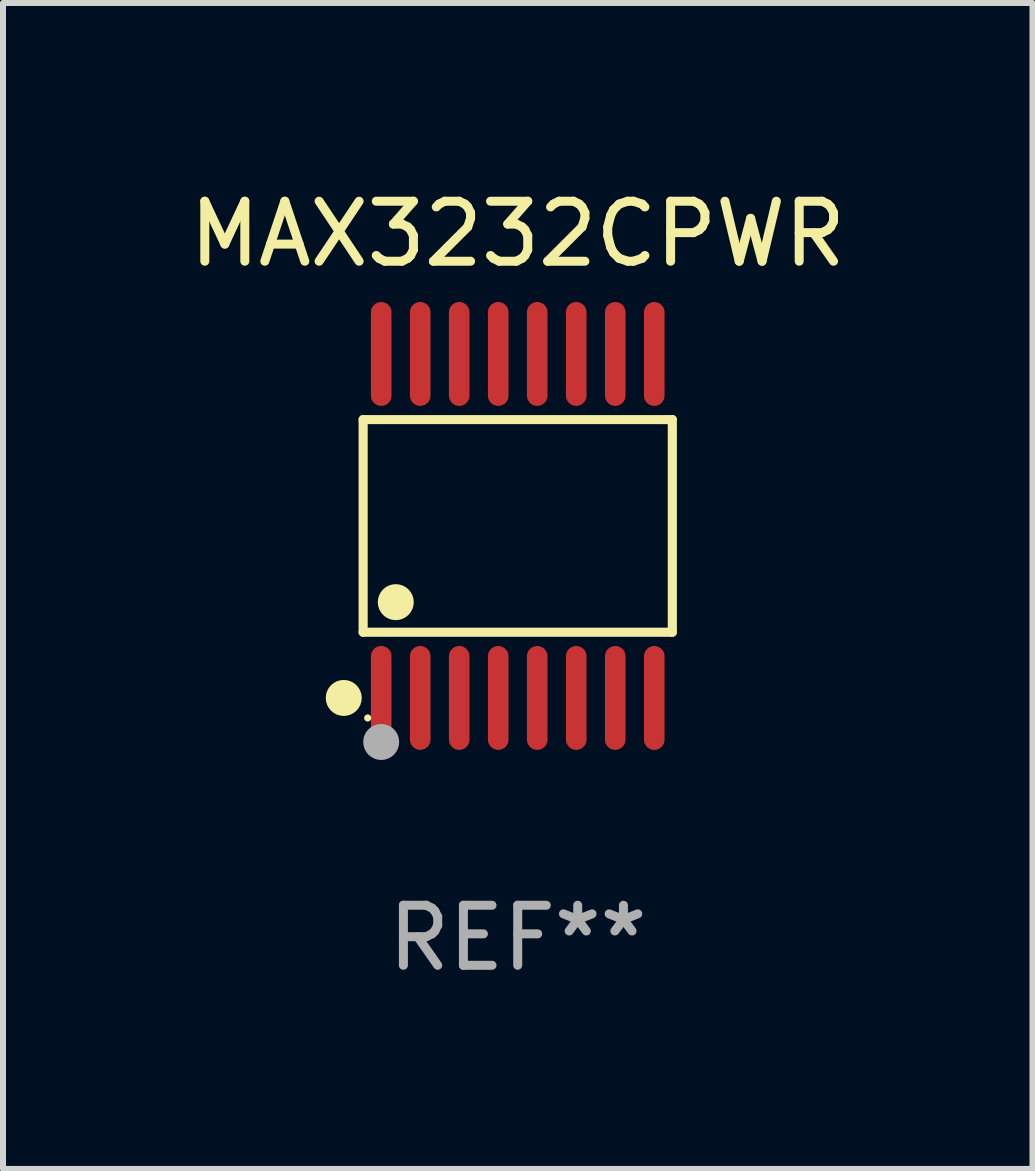
<source format=kicad_pcb>
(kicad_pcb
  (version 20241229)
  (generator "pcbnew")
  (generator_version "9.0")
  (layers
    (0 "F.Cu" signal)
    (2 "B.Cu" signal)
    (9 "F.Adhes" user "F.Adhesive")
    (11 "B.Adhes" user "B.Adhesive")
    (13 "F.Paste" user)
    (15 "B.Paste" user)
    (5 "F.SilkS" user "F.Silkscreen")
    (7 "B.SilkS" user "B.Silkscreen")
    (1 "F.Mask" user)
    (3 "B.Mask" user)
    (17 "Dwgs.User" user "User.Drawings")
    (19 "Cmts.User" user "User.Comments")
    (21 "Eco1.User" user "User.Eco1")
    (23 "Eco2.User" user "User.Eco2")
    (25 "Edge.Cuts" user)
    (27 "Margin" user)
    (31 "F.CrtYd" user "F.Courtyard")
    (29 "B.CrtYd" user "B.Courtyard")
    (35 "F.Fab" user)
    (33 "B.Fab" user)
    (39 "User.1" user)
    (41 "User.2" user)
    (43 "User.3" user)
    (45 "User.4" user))
  (footprint "MAX3232CPWR"
    (layer "F.Cu")
    (at 5.577 5.714)
    (property "Reference" "MAX3232CPWR" (at 0 -4.866 0) (layer "F.SilkS") (effects (font (size 1 1) (thickness 0.15))))
    (attr through_hole)
    (fp_line (start -2.576 -1.772) (end 2.576 -1.772) (stroke (width 0.152) (type solid)) (layer "F.SilkS"))
    (fp_line (start -2.576 1.771) (end -2.576 -1.772) (stroke (width 0.152) (type solid)) (layer "F.SilkS"))
    (fp_line (start 2.576 -1.772) (end 2.576 1.771) (stroke (width 0.152) (type solid)) (layer "F.SilkS"))
    (fp_line (start 2.576 1.771) (end -2.576 1.771) (stroke (width 0.152) (type solid)) (layer "F.SilkS"))
    (fp_circle (center -2.899 2.866) (end -2.749 2.866) (stroke (width 0.3) (type solid)) (fill no) (layer "F.SilkS"))
    (fp_circle (center -2.5 3.2) (end -2.47 3.2) (stroke (width 0.06) (type solid)) (fill no) (layer "F.SilkS"))
    (fp_circle (center -2.032 1.27) (end -1.882 1.27) (stroke (width 0.3) (type solid)) (fill no) (layer "F.SilkS"))
    (fp_circle (center -2.275 3.6) (end -2.125 3.6) (stroke (width 0.3) (type solid)) (fill no) (layer "F.Fab"))
    (fp_text user "REF**" (at 0 6.866 0) (layer "F.Fab") (effects (font (size 1 1) (thickness 0.15))))
    (pad "1" smd oval (at -2.275 2.866) (size 0.343 1.731) (layers "F.Cu" "F.Mask" "F.Paste"))
    (pad "2" smd oval (at -1.625 2.866) (size 0.343 1.731) (layers "F.Cu" "F.Mask" "F.Paste"))
    (pad "3" smd oval (at -0.975 2.866) (size 0.343 1.731) (layers "F.Cu" "F.Mask" "F.Paste"))
    (pad "4" smd oval (at -0.325 2.866) (size 0.343 1.731) (layers "F.Cu" "F.Mask" "F.Paste"))
    (pad "5" smd oval (at 0.325 2.866) (size 0.343 1.731) (layers "F.Cu" "F.Mask" "F.Paste"))
    (pad "6" smd oval (at 0.975 2.866) (size 0.343 1.731) (layers "F.Cu" "F.Mask" "F.Paste"))
    (pad "7" smd oval (at 1.625 2.866) (size 0.343 1.731) (layers "F.Cu" "F.Mask" "F.Paste"))
    (pad "8" smd oval (at 2.275 2.866) (size 0.343 1.731) (layers "F.Cu" "F.Mask" "F.Paste"))
    (pad "9" smd oval (at 2.275 -2.866) (size 0.343 1.731) (layers "F.Cu" "F.Mask" "F.Paste"))
    (pad "10" smd oval (at 1.625 -2.866) (size 0.343 1.731) (layers "F.Cu" "F.Mask" "F.Paste"))
    (pad "11" smd oval (at 0.975 -2.866) (size 0.343 1.731) (layers "F.Cu" "F.Mask" "F.Paste"))
    (pad "12" smd oval (at 0.325 -2.866) (size 0.343 1.731) (layers "F.Cu" "F.Mask" "F.Paste"))
    (pad "13" smd oval (at -0.325 -2.866) (size 0.343 1.731) (layers "F.Cu" "F.Mask" "F.Paste"))
    (pad "14" smd oval (at -0.975 -2.866) (size 0.343 1.731) (layers "F.Cu" "F.Mask" "F.Paste"))
    (pad "15" smd oval (at -1.625 -2.866) (size 0.343 1.731) (layers "F.Cu" "F.Mask" "F.Paste"))
    (pad "16" smd oval (at -2.275 -2.866) (size 0.343 1.731) (layers "F.Cu" "F.Mask" "F.Paste")))
  (gr_rect
    (start -3 -3)
    (end 14.155 16.428)
    (stroke (width 0.1) (type default))
    (fill no)
    (layer "Edge.Cuts")))
</source>
